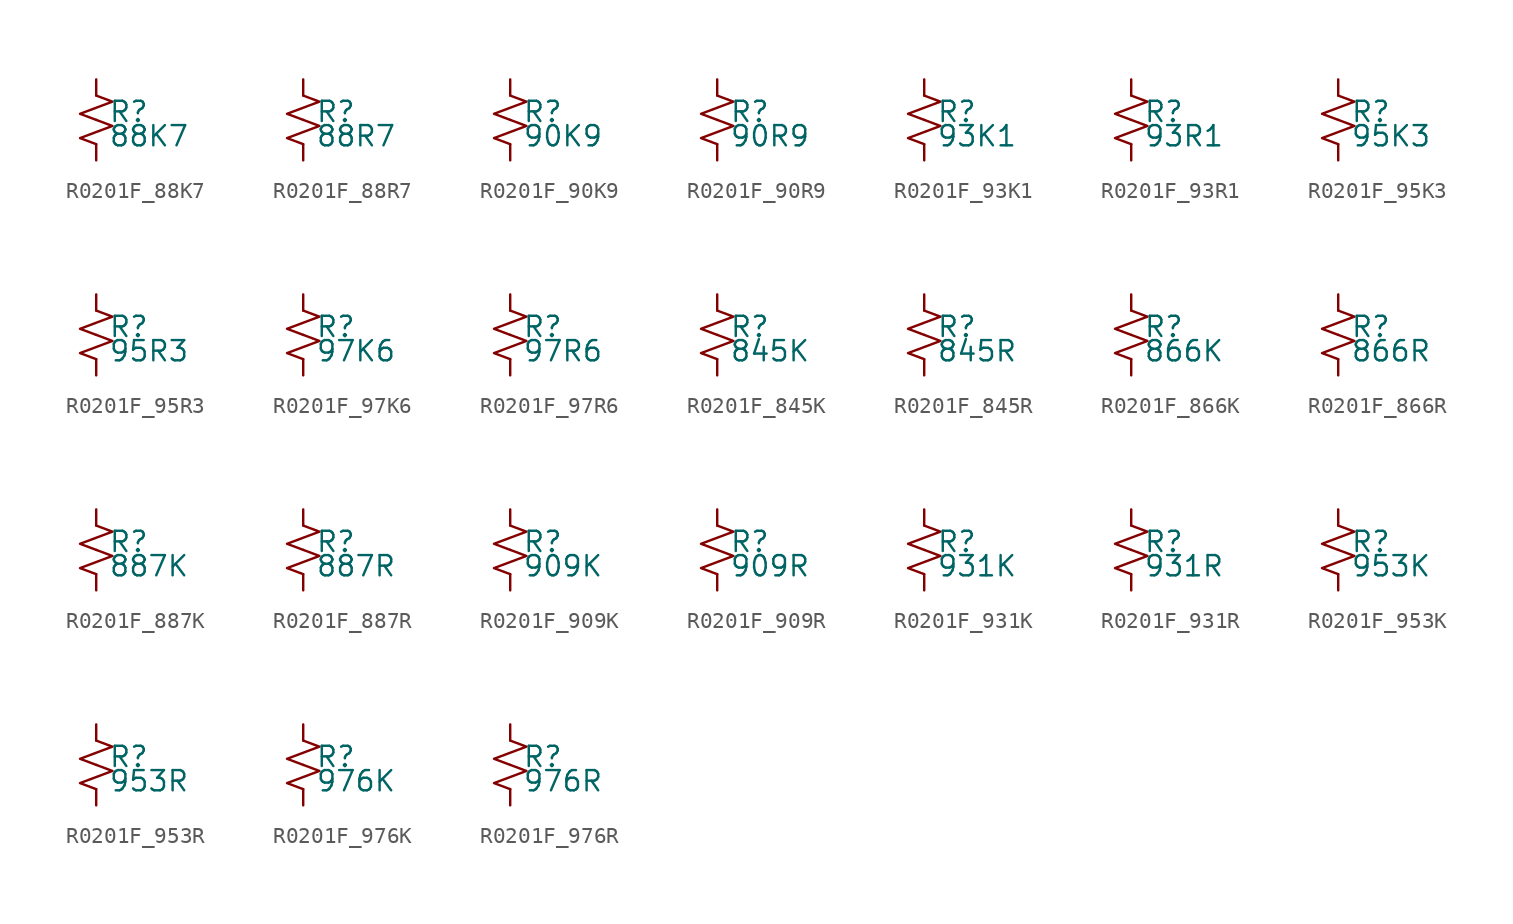
<source format=kicad_sym>
(kicad_symbol_lib
  (version 20220914)
  (generator kicad_symbol_editor)
  (symbol "R0201F_88K7"
    (pin_numbers hide)
    (pin_names
      (offset 0.254) hide)
    (property "Reference" "R"
      (at 0.762 0.508 0)
      (effects (font (size 1.27 1.27)) (justify left)))
    (property "Value" "88K7"
      (at 0.762 -1.016 0)
      (effects (font (size 1.27 1.27)) (justify left)))
    (symbol "R0201F_88K7_1_1"
      (polyline (pts (xy 0 0) (xy 1.016 -0.381) (xy 0 -0.762) (xy -1.016 -1.143) (xy 0 -1.524)) (stroke (width 0) (type default)) (fill (type none)))
      (polyline (pts (xy 0 1.524) (xy 1.016 1.143) (xy 0 0.762) (xy -1.016 0.381) (xy 0 0)) (stroke (width 0) (type default)) (fill (type none)))
      (pin passive line (at 0 2.54 270) (length 1.016) (name "~" (effects (font (size 1.27 1.27)))) (number "1" (effects (font (size 1.27 1.27)))))
      (pin passive line (at 0 -2.54 90) (length 1.016) (name "~" (effects (font (size 1.27 1.27)))) (number "2" (effects (font (size 1.27 1.27)))))))
  (symbol "R0201F_88R7"
    (pin_numbers hide)
    (pin_names
      (offset 0.254) hide)
    (property "Reference" "R"
      (at 0.762 0.508 0)
      (effects (font (size 1.27 1.27)) (justify left)))
    (property "Value" "88R7"
      (at 0.762 -1.016 0)
      (effects (font (size 1.27 1.27)) (justify left)))
    (symbol "R0201F_88R7_1_1"
      (polyline (pts (xy 0 0) (xy 1.016 -0.381) (xy 0 -0.762) (xy -1.016 -1.143) (xy 0 -1.524)) (stroke (width 0) (type default)) (fill (type none)))
      (polyline (pts (xy 0 1.524) (xy 1.016 1.143) (xy 0 0.762) (xy -1.016 0.381) (xy 0 0)) (stroke (width 0) (type default)) (fill (type none)))
      (pin passive line (at 0 2.54 270) (length 1.016) (name "~" (effects (font (size 1.27 1.27)))) (number "1" (effects (font (size 1.27 1.27)))))
      (pin passive line (at 0 -2.54 90) (length 1.016) (name "~" (effects (font (size 1.27 1.27)))) (number "2" (effects (font (size 1.27 1.27)))))))
  (symbol "R0201F_90K9"
    (pin_numbers hide)
    (pin_names
      (offset 0.254) hide)
    (property "Reference" "R"
      (at 0.762 0.508 0)
      (effects (font (size 1.27 1.27)) (justify left)))
    (property "Value" "90K9"
      (at 0.762 -1.016 0)
      (effects (font (size 1.27 1.27)) (justify left)))
    (symbol "R0201F_90K9_1_1"
      (polyline (pts (xy 0 0) (xy 1.016 -0.381) (xy 0 -0.762) (xy -1.016 -1.143) (xy 0 -1.524)) (stroke (width 0) (type default)) (fill (type none)))
      (polyline (pts (xy 0 1.524) (xy 1.016 1.143) (xy 0 0.762) (xy -1.016 0.381) (xy 0 0)) (stroke (width 0) (type default)) (fill (type none)))
      (pin passive line (at 0 2.54 270) (length 1.016) (name "~" (effects (font (size 1.27 1.27)))) (number "1" (effects (font (size 1.27 1.27)))))
      (pin passive line (at 0 -2.54 90) (length 1.016) (name "~" (effects (font (size 1.27 1.27)))) (number "2" (effects (font (size 1.27 1.27)))))))
  (symbol "R0201F_90R9"
    (pin_numbers hide)
    (pin_names
      (offset 0.254) hide)
    (property "Reference" "R"
      (at 0.762 0.508 0)
      (effects (font (size 1.27 1.27)) (justify left)))
    (property "Value" "90R9"
      (at 0.762 -1.016 0)
      (effects (font (size 1.27 1.27)) (justify left)))
    (symbol "R0201F_90R9_1_1"
      (polyline (pts (xy 0 0) (xy 1.016 -0.381) (xy 0 -0.762) (xy -1.016 -1.143) (xy 0 -1.524)) (stroke (width 0) (type default)) (fill (type none)))
      (polyline (pts (xy 0 1.524) (xy 1.016 1.143) (xy 0 0.762) (xy -1.016 0.381) (xy 0 0)) (stroke (width 0) (type default)) (fill (type none)))
      (pin passive line (at 0 2.54 270) (length 1.016) (name "~" (effects (font (size 1.27 1.27)))) (number "1" (effects (font (size 1.27 1.27)))))
      (pin passive line (at 0 -2.54 90) (length 1.016) (name "~" (effects (font (size 1.27 1.27)))) (number "2" (effects (font (size 1.27 1.27)))))))
  (symbol "R0201F_93K1"
    (pin_numbers hide)
    (pin_names
      (offset 0.254) hide)
    (property "Reference" "R"
      (at 0.762 0.508 0)
      (effects (font (size 1.27 1.27)) (justify left)))
    (property "Value" "93K1"
      (at 0.762 -1.016 0)
      (effects (font (size 1.27 1.27)) (justify left)))
    (symbol "R0201F_93K1_1_1"
      (polyline (pts (xy 0 0) (xy 1.016 -0.381) (xy 0 -0.762) (xy -1.016 -1.143) (xy 0 -1.524)) (stroke (width 0) (type default)) (fill (type none)))
      (polyline (pts (xy 0 1.524) (xy 1.016 1.143) (xy 0 0.762) (xy -1.016 0.381) (xy 0 0)) (stroke (width 0) (type default)) (fill (type none)))
      (pin passive line (at 0 2.54 270) (length 1.016) (name "~" (effects (font (size 1.27 1.27)))) (number "1" (effects (font (size 1.27 1.27)))))
      (pin passive line (at 0 -2.54 90) (length 1.016) (name "~" (effects (font (size 1.27 1.27)))) (number "2" (effects (font (size 1.27 1.27)))))))
  (symbol "R0201F_93R1"
    (pin_numbers hide)
    (pin_names
      (offset 0.254) hide)
    (property "Reference" "R"
      (at 0.762 0.508 0)
      (effects (font (size 1.27 1.27)) (justify left)))
    (property "Value" "93R1"
      (at 0.762 -1.016 0)
      (effects (font (size 1.27 1.27)) (justify left)))
    (symbol "R0201F_93R1_1_1"
      (polyline (pts (xy 0 0) (xy 1.016 -0.381) (xy 0 -0.762) (xy -1.016 -1.143) (xy 0 -1.524)) (stroke (width 0) (type default)) (fill (type none)))
      (polyline (pts (xy 0 1.524) (xy 1.016 1.143) (xy 0 0.762) (xy -1.016 0.381) (xy 0 0)) (stroke (width 0) (type default)) (fill (type none)))
      (pin passive line (at 0 2.54 270) (length 1.016) (name "~" (effects (font (size 1.27 1.27)))) (number "1" (effects (font (size 1.27 1.27)))))
      (pin passive line (at 0 -2.54 90) (length 1.016) (name "~" (effects (font (size 1.27 1.27)))) (number "2" (effects (font (size 1.27 1.27)))))))
  (symbol "R0201F_95K3"
    (pin_numbers hide)
    (pin_names
      (offset 0.254) hide)
    (property "Reference" "R"
      (at 0.762 0.508 0)
      (effects (font (size 1.27 1.27)) (justify left)))
    (property "Value" "95K3"
      (at 0.762 -1.016 0)
      (effects (font (size 1.27 1.27)) (justify left)))
    (symbol "R0201F_95K3_1_1"
      (polyline (pts (xy 0 0) (xy 1.016 -0.381) (xy 0 -0.762) (xy -1.016 -1.143) (xy 0 -1.524)) (stroke (width 0) (type default)) (fill (type none)))
      (polyline (pts (xy 0 1.524) (xy 1.016 1.143) (xy 0 0.762) (xy -1.016 0.381) (xy 0 0)) (stroke (width 0) (type default)) (fill (type none)))
      (pin passive line (at 0 2.54 270) (length 1.016) (name "~" (effects (font (size 1.27 1.27)))) (number "1" (effects (font (size 1.27 1.27)))))
      (pin passive line (at 0 -2.54 90) (length 1.016) (name "~" (effects (font (size 1.27 1.27)))) (number "2" (effects (font (size 1.27 1.27)))))))
  (symbol "R0201F_95R3"
    (pin_numbers hide)
    (pin_names
      (offset 0.254) hide)
    (property "Reference" "R"
      (at 0.762 0.508 0)
      (effects (font (size 1.27 1.27)) (justify left)))
    (property "Value" "95R3"
      (at 0.762 -1.016 0)
      (effects (font (size 1.27 1.27)) (justify left)))
    (symbol "R0201F_95R3_1_1"
      (polyline (pts (xy 0 0) (xy 1.016 -0.381) (xy 0 -0.762) (xy -1.016 -1.143) (xy 0 -1.524)) (stroke (width 0) (type default)) (fill (type none)))
      (polyline (pts (xy 0 1.524) (xy 1.016 1.143) (xy 0 0.762) (xy -1.016 0.381) (xy 0 0)) (stroke (width 0) (type default)) (fill (type none)))
      (pin passive line (at 0 2.54 270) (length 1.016) (name "~" (effects (font (size 1.27 1.27)))) (number "1" (effects (font (size 1.27 1.27)))))
      (pin passive line (at 0 -2.54 90) (length 1.016) (name "~" (effects (font (size 1.27 1.27)))) (number "2" (effects (font (size 1.27 1.27)))))))
  (symbol "R0201F_97K6"
    (pin_numbers hide)
    (pin_names
      (offset 0.254) hide)
    (property "Reference" "R"
      (at 0.762 0.508 0)
      (effects (font (size 1.27 1.27)) (justify left)))
    (property "Value" "97K6"
      (at 0.762 -1.016 0)
      (effects (font (size 1.27 1.27)) (justify left)))
    (symbol "R0201F_97K6_1_1"
      (polyline (pts (xy 0 0) (xy 1.016 -0.381) (xy 0 -0.762) (xy -1.016 -1.143) (xy 0 -1.524)) (stroke (width 0) (type default)) (fill (type none)))
      (polyline (pts (xy 0 1.524) (xy 1.016 1.143) (xy 0 0.762) (xy -1.016 0.381) (xy 0 0)) (stroke (width 0) (type default)) (fill (type none)))
      (pin passive line (at 0 2.54 270) (length 1.016) (name "~" (effects (font (size 1.27 1.27)))) (number "1" (effects (font (size 1.27 1.27)))))
      (pin passive line (at 0 -2.54 90) (length 1.016) (name "~" (effects (font (size 1.27 1.27)))) (number "2" (effects (font (size 1.27 1.27)))))))
  (symbol "R0201F_97R6"
    (pin_numbers hide)
    (pin_names
      (offset 0.254) hide)
    (property "Reference" "R"
      (at 0.762 0.508 0)
      (effects (font (size 1.27 1.27)) (justify left)))
    (property "Value" "97R6"
      (at 0.762 -1.016 0)
      (effects (font (size 1.27 1.27)) (justify left)))
    (symbol "R0201F_97R6_1_1"
      (polyline (pts (xy 0 0) (xy 1.016 -0.381) (xy 0 -0.762) (xy -1.016 -1.143) (xy 0 -1.524)) (stroke (width 0) (type default)) (fill (type none)))
      (polyline (pts (xy 0 1.524) (xy 1.016 1.143) (xy 0 0.762) (xy -1.016 0.381) (xy 0 0)) (stroke (width 0) (type default)) (fill (type none)))
      (pin passive line (at 0 2.54 270) (length 1.016) (name "~" (effects (font (size 1.27 1.27)))) (number "1" (effects (font (size 1.27 1.27)))))
      (pin passive line (at 0 -2.54 90) (length 1.016) (name "~" (effects (font (size 1.27 1.27)))) (number "2" (effects (font (size 1.27 1.27)))))))
  (symbol "R0201F_845K"
    (pin_numbers hide)
    (pin_names
      (offset 0.254) hide)
    (property "Reference" "R"
      (at 0.762 0.508 0)
      (effects (font (size 1.27 1.27)) (justify left)))
    (property "Value" "845K"
      (at 0.762 -1.016 0)
      (effects (font (size 1.27 1.27)) (justify left)))
    (symbol "R0201F_845K_1_1"
      (polyline (pts (xy 0 0) (xy 1.016 -0.381) (xy 0 -0.762) (xy -1.016 -1.143) (xy 0 -1.524)) (stroke (width 0) (type default)) (fill (type none)))
      (polyline (pts (xy 0 1.524) (xy 1.016 1.143) (xy 0 0.762) (xy -1.016 0.381) (xy 0 0)) (stroke (width 0) (type default)) (fill (type none)))
      (pin passive line (at 0 2.54 270) (length 1.016) (name "~" (effects (font (size 1.27 1.27)))) (number "1" (effects (font (size 1.27 1.27)))))
      (pin passive line (at 0 -2.54 90) (length 1.016) (name "~" (effects (font (size 1.27 1.27)))) (number "2" (effects (font (size 1.27 1.27)))))))
  (symbol "R0201F_845R"
    (pin_numbers hide)
    (pin_names
      (offset 0.254) hide)
    (property "Reference" "R"
      (at 0.762 0.508 0)
      (effects (font (size 1.27 1.27)) (justify left)))
    (property "Value" "845R"
      (at 0.762 -1.016 0)
      (effects (font (size 1.27 1.27)) (justify left)))
    (symbol "R0201F_845R_1_1"
      (polyline (pts (xy 0 0) (xy 1.016 -0.381) (xy 0 -0.762) (xy -1.016 -1.143) (xy 0 -1.524)) (stroke (width 0) (type default)) (fill (type none)))
      (polyline (pts (xy 0 1.524) (xy 1.016 1.143) (xy 0 0.762) (xy -1.016 0.381) (xy 0 0)) (stroke (width 0) (type default)) (fill (type none)))
      (pin passive line (at 0 2.54 270) (length 1.016) (name "~" (effects (font (size 1.27 1.27)))) (number "1" (effects (font (size 1.27 1.27)))))
      (pin passive line (at 0 -2.54 90) (length 1.016) (name "~" (effects (font (size 1.27 1.27)))) (number "2" (effects (font (size 1.27 1.27)))))))
  (symbol "R0201F_866K"
    (pin_numbers hide)
    (pin_names
      (offset 0.254) hide)
    (property "Reference" "R"
      (at 0.762 0.508 0)
      (effects (font (size 1.27 1.27)) (justify left)))
    (property "Value" "866K"
      (at 0.762 -1.016 0)
      (effects (font (size 1.27 1.27)) (justify left)))
    (symbol "R0201F_866K_1_1"
      (polyline (pts (xy 0 0) (xy 1.016 -0.381) (xy 0 -0.762) (xy -1.016 -1.143) (xy 0 -1.524)) (stroke (width 0) (type default)) (fill (type none)))
      (polyline (pts (xy 0 1.524) (xy 1.016 1.143) (xy 0 0.762) (xy -1.016 0.381) (xy 0 0)) (stroke (width 0) (type default)) (fill (type none)))
      (pin passive line (at 0 2.54 270) (length 1.016) (name "~" (effects (font (size 1.27 1.27)))) (number "1" (effects (font (size 1.27 1.27)))))
      (pin passive line (at 0 -2.54 90) (length 1.016) (name "~" (effects (font (size 1.27 1.27)))) (number "2" (effects (font (size 1.27 1.27)))))))
  (symbol "R0201F_866R"
    (pin_numbers hide)
    (pin_names
      (offset 0.254) hide)
    (property "Reference" "R"
      (at 0.762 0.508 0)
      (effects (font (size 1.27 1.27)) (justify left)))
    (property "Value" "866R"
      (at 0.762 -1.016 0)
      (effects (font (size 1.27 1.27)) (justify left)))
    (symbol "R0201F_866R_1_1"
      (polyline (pts (xy 0 0) (xy 1.016 -0.381) (xy 0 -0.762) (xy -1.016 -1.143) (xy 0 -1.524)) (stroke (width 0) (type default)) (fill (type none)))
      (polyline (pts (xy 0 1.524) (xy 1.016 1.143) (xy 0 0.762) (xy -1.016 0.381) (xy 0 0)) (stroke (width 0) (type default)) (fill (type none)))
      (pin passive line (at 0 2.54 270) (length 1.016) (name "~" (effects (font (size 1.27 1.27)))) (number "1" (effects (font (size 1.27 1.27)))))
      (pin passive line (at 0 -2.54 90) (length 1.016) (name "~" (effects (font (size 1.27 1.27)))) (number "2" (effects (font (size 1.27 1.27)))))))
  (symbol "R0201F_887K"
    (pin_numbers hide)
    (pin_names
      (offset 0.254) hide)
    (property "Reference" "R"
      (at 0.762 0.508 0)
      (effects (font (size 1.27 1.27)) (justify left)))
    (property "Value" "887K"
      (at 0.762 -1.016 0)
      (effects (font (size 1.27 1.27)) (justify left)))
    (symbol "R0201F_887K_1_1"
      (polyline (pts (xy 0 0) (xy 1.016 -0.381) (xy 0 -0.762) (xy -1.016 -1.143) (xy 0 -1.524)) (stroke (width 0) (type default)) (fill (type none)))
      (polyline (pts (xy 0 1.524) (xy 1.016 1.143) (xy 0 0.762) (xy -1.016 0.381) (xy 0 0)) (stroke (width 0) (type default)) (fill (type none)))
      (pin passive line (at 0 2.54 270) (length 1.016) (name "~" (effects (font (size 1.27 1.27)))) (number "1" (effects (font (size 1.27 1.27)))))
      (pin passive line (at 0 -2.54 90) (length 1.016) (name "~" (effects (font (size 1.27 1.27)))) (number "2" (effects (font (size 1.27 1.27)))))))
  (symbol "R0201F_887R"
    (pin_numbers hide)
    (pin_names
      (offset 0.254) hide)
    (property "Reference" "R"
      (at 0.762 0.508 0)
      (effects (font (size 1.27 1.27)) (justify left)))
    (property "Value" "887R"
      (at 0.762 -1.016 0)
      (effects (font (size 1.27 1.27)) (justify left)))
    (symbol "R0201F_887R_1_1"
      (polyline (pts (xy 0 0) (xy 1.016 -0.381) (xy 0 -0.762) (xy -1.016 -1.143) (xy 0 -1.524)) (stroke (width 0) (type default)) (fill (type none)))
      (polyline (pts (xy 0 1.524) (xy 1.016 1.143) (xy 0 0.762) (xy -1.016 0.381) (xy 0 0)) (stroke (width 0) (type default)) (fill (type none)))
      (pin passive line (at 0 2.54 270) (length 1.016) (name "~" (effects (font (size 1.27 1.27)))) (number "1" (effects (font (size 1.27 1.27)))))
      (pin passive line (at 0 -2.54 90) (length 1.016) (name "~" (effects (font (size 1.27 1.27)))) (number "2" (effects (font (size 1.27 1.27)))))))
  (symbol "R0201F_909K"
    (pin_numbers hide)
    (pin_names
      (offset 0.254) hide)
    (property "Reference" "R"
      (at 0.762 0.508 0)
      (effects (font (size 1.27 1.27)) (justify left)))
    (property "Value" "909K"
      (at 0.762 -1.016 0)
      (effects (font (size 1.27 1.27)) (justify left)))
    (symbol "R0201F_909K_1_1"
      (polyline (pts (xy 0 0) (xy 1.016 -0.381) (xy 0 -0.762) (xy -1.016 -1.143) (xy 0 -1.524)) (stroke (width 0) (type default)) (fill (type none)))
      (polyline (pts (xy 0 1.524) (xy 1.016 1.143) (xy 0 0.762) (xy -1.016 0.381) (xy 0 0)) (stroke (width 0) (type default)) (fill (type none)))
      (pin passive line (at 0 2.54 270) (length 1.016) (name "~" (effects (font (size 1.27 1.27)))) (number "1" (effects (font (size 1.27 1.27)))))
      (pin passive line (at 0 -2.54 90) (length 1.016) (name "~" (effects (font (size 1.27 1.27)))) (number "2" (effects (font (size 1.27 1.27)))))))
  (symbol "R0201F_909R"
    (pin_numbers hide)
    (pin_names
      (offset 0.254) hide)
    (property "Reference" "R"
      (at 0.762 0.508 0)
      (effects (font (size 1.27 1.27)) (justify left)))
    (property "Value" "909R"
      (at 0.762 -1.016 0)
      (effects (font (size 1.27 1.27)) (justify left)))
    (symbol "R0201F_909R_1_1"
      (polyline (pts (xy 0 0) (xy 1.016 -0.381) (xy 0 -0.762) (xy -1.016 -1.143) (xy 0 -1.524)) (stroke (width 0) (type default)) (fill (type none)))
      (polyline (pts (xy 0 1.524) (xy 1.016 1.143) (xy 0 0.762) (xy -1.016 0.381) (xy 0 0)) (stroke (width 0) (type default)) (fill (type none)))
      (pin passive line (at 0 2.54 270) (length 1.016) (name "~" (effects (font (size 1.27 1.27)))) (number "1" (effects (font (size 1.27 1.27)))))
      (pin passive line (at 0 -2.54 90) (length 1.016) (name "~" (effects (font (size 1.27 1.27)))) (number "2" (effects (font (size 1.27 1.27)))))))
  (symbol "R0201F_931K"
    (pin_numbers hide)
    (pin_names
      (offset 0.254) hide)
    (property "Reference" "R"
      (at 0.762 0.508 0)
      (effects (font (size 1.27 1.27)) (justify left)))
    (property "Value" "931K"
      (at 0.762 -1.016 0)
      (effects (font (size 1.27 1.27)) (justify left)))
    (symbol "R0201F_931K_1_1"
      (polyline (pts (xy 0 0) (xy 1.016 -0.381) (xy 0 -0.762) (xy -1.016 -1.143) (xy 0 -1.524)) (stroke (width 0) (type default)) (fill (type none)))
      (polyline (pts (xy 0 1.524) (xy 1.016 1.143) (xy 0 0.762) (xy -1.016 0.381) (xy 0 0)) (stroke (width 0) (type default)) (fill (type none)))
      (pin passive line (at 0 2.54 270) (length 1.016) (name "~" (effects (font (size 1.27 1.27)))) (number "1" (effects (font (size 1.27 1.27)))))
      (pin passive line (at 0 -2.54 90) (length 1.016) (name "~" (effects (font (size 1.27 1.27)))) (number "2" (effects (font (size 1.27 1.27)))))))
  (symbol "R0201F_931R"
    (pin_numbers hide)
    (pin_names
      (offset 0.254) hide)
    (property "Reference" "R"
      (at 0.762 0.508 0)
      (effects (font (size 1.27 1.27)) (justify left)))
    (property "Value" "931R"
      (at 0.762 -1.016 0)
      (effects (font (size 1.27 1.27)) (justify left)))
    (symbol "R0201F_931R_1_1"
      (polyline (pts (xy 0 0) (xy 1.016 -0.381) (xy 0 -0.762) (xy -1.016 -1.143) (xy 0 -1.524)) (stroke (width 0) (type default)) (fill (type none)))
      (polyline (pts (xy 0 1.524) (xy 1.016 1.143) (xy 0 0.762) (xy -1.016 0.381) (xy 0 0)) (stroke (width 0) (type default)) (fill (type none)))
      (pin passive line (at 0 2.54 270) (length 1.016) (name "~" (effects (font (size 1.27 1.27)))) (number "1" (effects (font (size 1.27 1.27)))))
      (pin passive line (at 0 -2.54 90) (length 1.016) (name "~" (effects (font (size 1.27 1.27)))) (number "2" (effects (font (size 1.27 1.27)))))))
  (symbol "R0201F_953K"
    (pin_numbers hide)
    (pin_names
      (offset 0.254) hide)
    (property "Reference" "R"
      (at 0.762 0.508 0)
      (effects (font (size 1.27 1.27)) (justify left)))
    (property "Value" "953K"
      (at 0.762 -1.016 0)
      (effects (font (size 1.27 1.27)) (justify left)))
    (symbol "R0201F_953K_1_1"
      (polyline (pts (xy 0 0) (xy 1.016 -0.381) (xy 0 -0.762) (xy -1.016 -1.143) (xy 0 -1.524)) (stroke (width 0) (type default)) (fill (type none)))
      (polyline (pts (xy 0 1.524) (xy 1.016 1.143) (xy 0 0.762) (xy -1.016 0.381) (xy 0 0)) (stroke (width 0) (type default)) (fill (type none)))
      (pin passive line (at 0 2.54 270) (length 1.016) (name "~" (effects (font (size 1.27 1.27)))) (number "1" (effects (font (size 1.27 1.27)))))
      (pin passive line (at 0 -2.54 90) (length 1.016) (name "~" (effects (font (size 1.27 1.27)))) (number "2" (effects (font (size 1.27 1.27)))))))
  (symbol "R0201F_953R"
    (pin_numbers hide)
    (pin_names
      (offset 0.254) hide)
    (property "Reference" "R"
      (at 0.762 0.508 0)
      (effects (font (size 1.27 1.27)) (justify left)))
    (property "Value" "953R"
      (at 0.762 -1.016 0)
      (effects (font (size 1.27 1.27)) (justify left)))
    (symbol "R0201F_953R_1_1"
      (polyline (pts (xy 0 0) (xy 1.016 -0.381) (xy 0 -0.762) (xy -1.016 -1.143) (xy 0 -1.524)) (stroke (width 0) (type default)) (fill (type none)))
      (polyline (pts (xy 0 1.524) (xy 1.016 1.143) (xy 0 0.762) (xy -1.016 0.381) (xy 0 0)) (stroke (width 0) (type default)) (fill (type none)))
      (pin passive line (at 0 2.54 270) (length 1.016) (name "~" (effects (font (size 1.27 1.27)))) (number "1" (effects (font (size 1.27 1.27)))))
      (pin passive line (at 0 -2.54 90) (length 1.016) (name "~" (effects (font (size 1.27 1.27)))) (number "2" (effects (font (size 1.27 1.27)))))))
  (symbol "R0201F_976K"
    (pin_numbers hide)
    (pin_names
      (offset 0.254) hide)
    (property "Reference" "R"
      (at 0.762 0.508 0)
      (effects (font (size 1.27 1.27)) (justify left)))
    (property "Value" "976K"
      (at 0.762 -1.016 0)
      (effects (font (size 1.27 1.27)) (justify left)))
    (symbol "R0201F_976K_1_1"
      (polyline (pts (xy 0 0) (xy 1.016 -0.381) (xy 0 -0.762) (xy -1.016 -1.143) (xy 0 -1.524)) (stroke (width 0) (type default)) (fill (type none)))
      (polyline (pts (xy 0 1.524) (xy 1.016 1.143) (xy 0 0.762) (xy -1.016 0.381) (xy 0 0)) (stroke (width 0) (type default)) (fill (type none)))
      (pin passive line (at 0 2.54 270) (length 1.016) (name "~" (effects (font (size 1.27 1.27)))) (number "1" (effects (font (size 1.27 1.27)))))
      (pin passive line (at 0 -2.54 90) (length 1.016) (name "~" (effects (font (size 1.27 1.27)))) (number "2" (effects (font (size 1.27 1.27)))))))
  (symbol "R0201F_976R"
    (pin_numbers hide)
    (pin_names
      (offset 0.254) hide)
    (property "Reference" "R"
      (at 0.762 0.508 0)
      (effects (font (size 1.27 1.27)) (justify left)))
    (property "Value" "976R"
      (at 0.762 -1.016 0)
      (effects (font (size 1.27 1.27)) (justify left)))
    (symbol "R0201F_976R_1_1"
      (polyline (pts (xy 0 0) (xy 1.016 -0.381) (xy 0 -0.762) (xy -1.016 -1.143) (xy 0 -1.524)) (stroke (width 0) (type default)) (fill (type none)))
      (polyline (pts (xy 0 1.524) (xy 1.016 1.143) (xy 0 0.762) (xy -1.016 0.381) (xy 0 0)) (stroke (width 0) (type default)) (fill (type none)))
      (pin passive line (at 0 2.54 270) (length 1.016) (name "~" (effects (font (size 1.27 1.27)))) (number "1" (effects (font (size 1.27 1.27)))))
      (pin passive line (at 0 -2.54 90) (length 1.016) (name "~" (effects (font (size 1.27 1.27)))) (number "2" (effects (font (size 1.27 1.27))))))))
</source>
